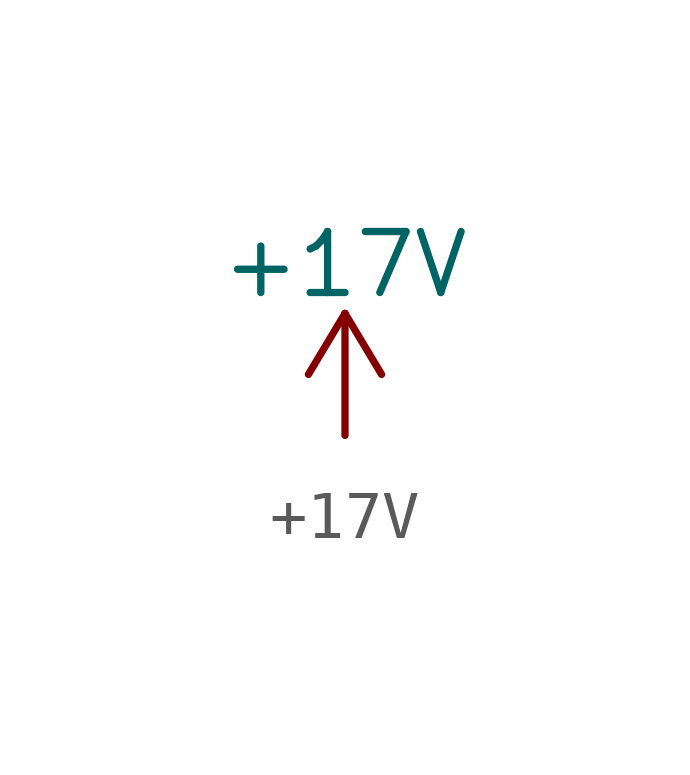
<source format=kicad_sym>
(kicad_symbol_lib
  (version 20220914)
  (generator kicad_symbol_editor)
  (symbol "+17V"
    (power)
    (pin_names
      (offset 0))
    (property "Reference" "#PWR"
      (at 0 -3.81 0)
      (effects (font (size 1.27 1.27)) hide))
    (property "Value" "+17V"
      (at 0 3.556 0)
      (effects (font (size 1.27 1.27))))
    (symbol "+17V_0_1"
      (polyline (pts (xy -0.762 1.27) (xy 0 2.54)) (stroke (width 0) (type default)) (fill (type none)))
      (polyline (pts (xy 0 0) (xy 0 2.54)) (stroke (width 0) (type default)) (fill (type none)))
      (polyline (pts (xy 0 2.54) (xy 0.762 1.27)) (stroke (width 0) (type default)) (fill (type none))))
    (symbol "+17V_1_1"
      (pin power_in line (at 0 0 90) (length 0) hide (name "+17V" (effects (font (size 1.27 1.27)))) (number "1" (effects (font (size 1.27 1.27))))))))
</source>
